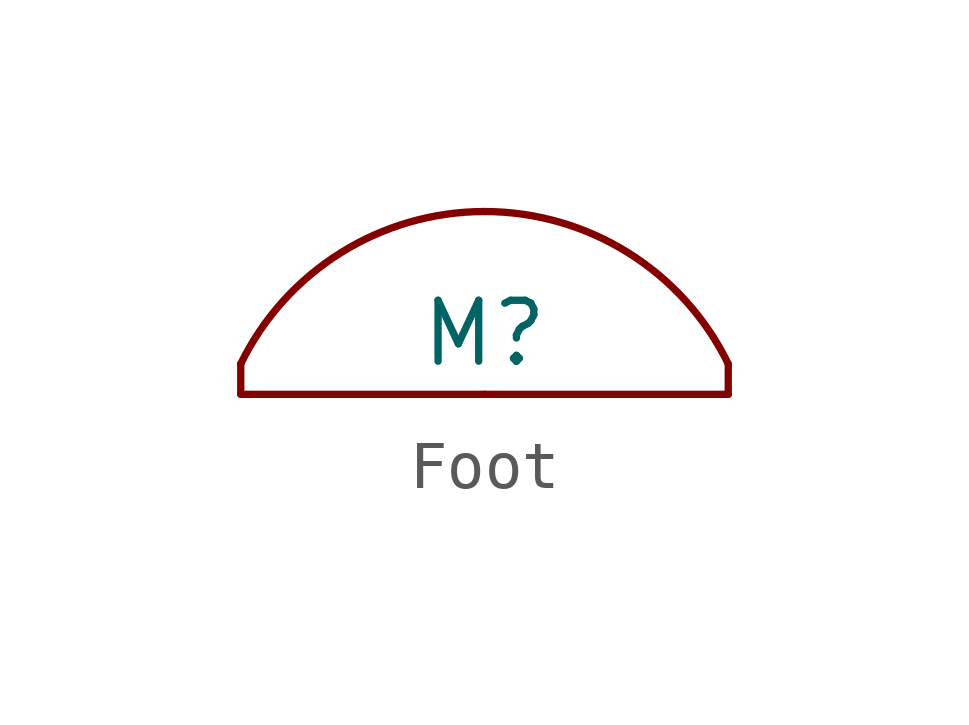
<source format=kicad_sym>
(kicad_symbol_lib
  (version 20220914)
  (generator kicad_symbol_editor)
  (symbol "Foot"
    (property "Reference" "M"
      (at 0 1.27 0)
      (effects (font (size 1.27 1.27))))
    (property "Value" ""
      (at 0 0 0)
      (effects (font (size 1.27 1.27))))
    (symbol "Foot_0_1"
      (polyline (pts (xy -5.08 0) (xy -5.08 0.635)) (stroke (width 0) (type default)) (fill (type none)))
      (polyline (pts (xy 0 0) (xy -5.08 0)) (stroke (width 0) (type default)) (fill (type none)))
      (polyline (pts (xy 0 0) (xy 5.08 0)) (stroke (width 0) (type default)) (fill (type none)))
      (polyline (pts (xy 5.08 0) (xy 5.08 0.635)) (stroke (width 0) (type default)) (fill (type none)))
      (arc (start 0 3.81) (mid -2.995 2.9504) (end -5.08 0.635) (stroke (width 0) (type default)) (fill (type none)))
      (arc (start 5.08 0.635) (mid 2.995 2.9504) (end 0 3.81) (stroke (width 0) (type default)) (fill (type none))))))
</source>
